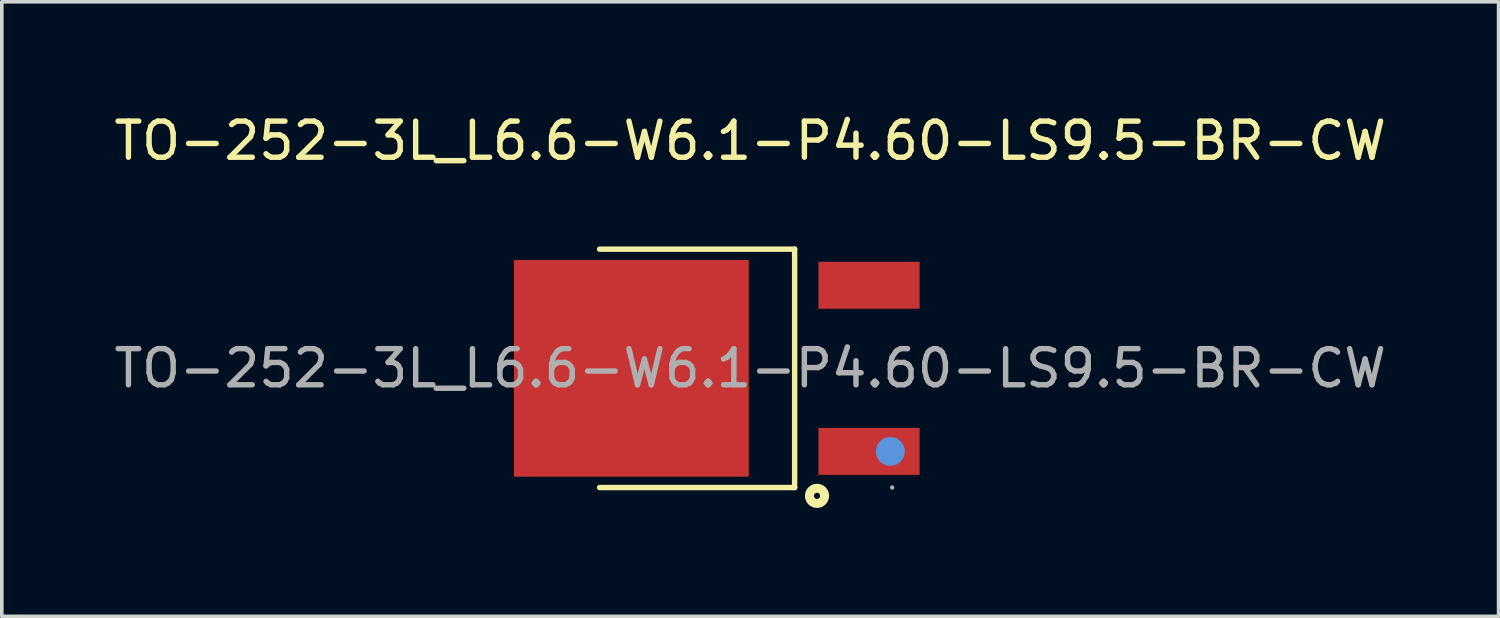
<source format=kicad_pcb>
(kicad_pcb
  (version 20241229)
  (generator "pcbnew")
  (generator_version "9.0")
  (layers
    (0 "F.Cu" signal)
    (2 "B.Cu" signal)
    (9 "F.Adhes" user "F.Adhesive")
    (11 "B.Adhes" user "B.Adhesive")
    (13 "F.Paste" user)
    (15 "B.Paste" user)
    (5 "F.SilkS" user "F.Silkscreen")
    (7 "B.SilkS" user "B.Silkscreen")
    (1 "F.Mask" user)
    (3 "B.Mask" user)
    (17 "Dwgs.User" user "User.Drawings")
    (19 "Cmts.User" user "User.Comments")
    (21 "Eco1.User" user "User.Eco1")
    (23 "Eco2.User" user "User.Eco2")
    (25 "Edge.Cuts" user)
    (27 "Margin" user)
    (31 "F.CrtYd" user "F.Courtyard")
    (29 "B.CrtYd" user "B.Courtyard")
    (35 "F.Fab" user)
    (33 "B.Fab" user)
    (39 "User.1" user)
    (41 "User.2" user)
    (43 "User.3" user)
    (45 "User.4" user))
  (footprint "TO-252-3L_L6.6-W6.1-P4.60-LS9.5-BR-CW"
    (layer "F.Cu")
    (at 17.72 7.148)
    (property "Reference" "TO-252-3L_L6.6-W6.1-P4.60-LS9.5-BR-CW" (at 0 -6.3 0) (layer "F.SilkS") (effects (font (size 1 1) (thickness 0.15))))
    (attr through_hole)
    (fp_line (start -4.17 -3.3) (end 1.23 -3.3) (stroke (width 0.15) (type solid)) (layer "F.SilkS"))
    (fp_line (start 1.23 -3.3) (end 1.23 3.3) (stroke (width 0.15) (type solid)) (layer "F.SilkS"))
    (fp_line (start 1.23 3.3) (end -4.17 3.3) (stroke (width 0.15) (type solid)) (layer "F.SilkS"))
    (fp_circle (center 1.85 3.53) (end 2.06 3.53) (stroke (width 0.25) (type solid)) (fill no) (layer "F.SilkS"))
    (fp_circle (center 3.88 2.3) (end 4.08 2.3) (stroke (width 0.4) (type solid)) (fill no) (layer "Cmts.User"))
    (fp_circle (center 3.93 3.3) (end 3.96 3.3) (stroke (width 0.06) (type solid)) (fill no) (layer "F.Fab"))
    (fp_text user "${REFERENCE}" (at 0 0 0) (layer "F.Fab") (effects (font (size 1 1) (thickness 0.15))))
    (pad "1" smd rect (at 3.29 2.3) (size 2.8 1.3) (layers "F.Cu" "F.Mask" "F.Paste"))
    (pad "2" smd rect (at -3.29 0) (size 6.5 6) (layers "F.Cu" "F.Mask" "F.Paste"))
    (pad "3" smd rect (at 3.29 -2.3) (size 2.8 1.3) (layers "F.Cu" "F.Mask" "F.Paste")))
  (gr_rect
    (start -3 -3)
    (end 38.44 14.013)
    (stroke (width 0.1) (type default))
    (fill no)
    (layer "Edge.Cuts")))
</source>
